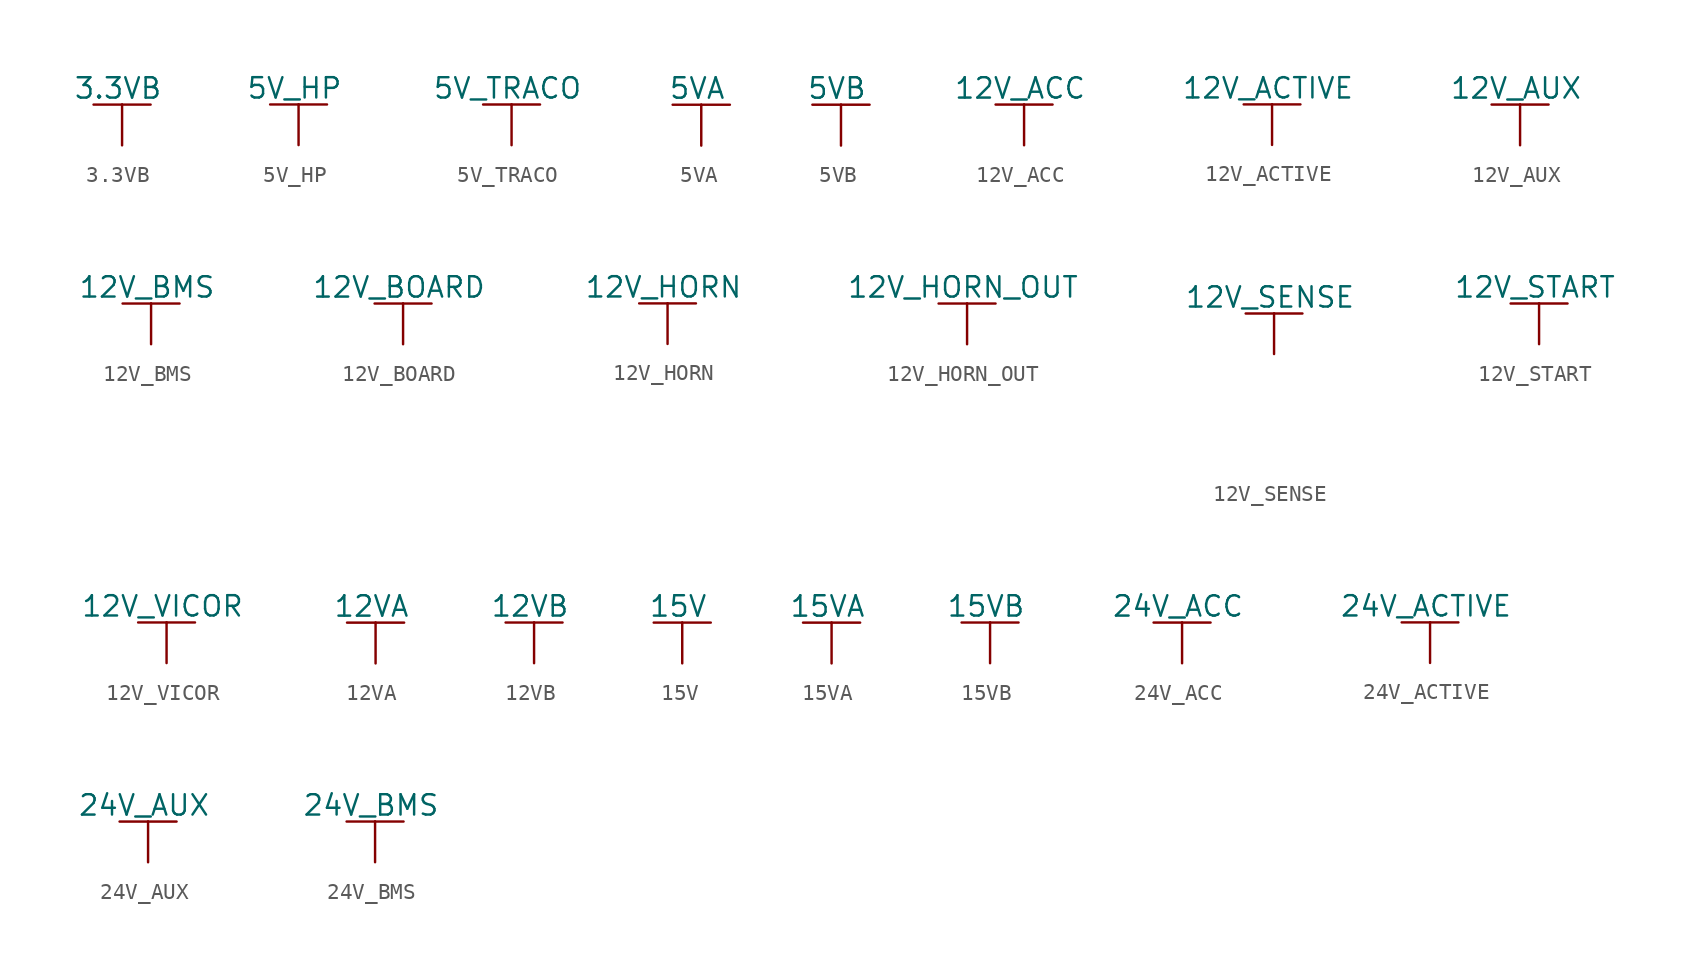
<source format=kicad_sym>
(kicad_symbol_lib
  (version 20220914)
  (generator kicad_symbol_editor)
  (symbol "3.3VB"
    (power)
    (pin_numbers hide)
    (pin_names
      (offset 0) hide)
    (property "Reference" "#PWR"
      (at 0 -3.81 0)
      (effects (font (size 1.27 1.27)) hide))
    (property "Value" "3.3VB"
      (at -0.254 3.556 0)
      (effects (font (size 1.27 1.27))))
    (property "Footprint" ""
      (at 0 0 0)
      (effects (font (size 1.524 1.524))))
    (property "Datasheet" ""
      (at 0 0 0)
      (effects (font (size 1.524 1.524))))
    (symbol "3.3VB_0_1"
      (polyline (pts (xy -1.778 2.54) (xy 0 2.54)) (stroke (width 0) (type default)) (fill (type none)))
      (polyline (pts (xy 0 0) (xy 0 2.54)) (stroke (width 0) (type default)) (fill (type none)))
      (polyline (pts (xy 0 2.54) (xy 1.778 2.54)) (stroke (width 0) (type default)) (fill (type none))))
    (symbol "3.3VB_1_1"
      (pin power_in line (at 0 0 90) (length 0) hide (name "3.3VB" (effects (font (size 1.27 1.27)))) (number "1" (effects (font (size 1.27 1.27)))))))
  (symbol "5V_HP"
    (power)
    (pin_numbers hide)
    (pin_names
      (offset 0) hide)
    (property "Reference" "#PWR"
      (at 0 -3.81 0)
      (effects (font (size 1.27 1.27)) hide))
    (property "Value" "5V_HP"
      (at -0.254 3.556 0)
      (effects (font (size 1.27 1.27))))
    (property "Footprint" ""
      (at 0 0 0)
      (effects (font (size 1.524 1.524))))
    (property "Datasheet" ""
      (at 0 0 0)
      (effects (font (size 1.524 1.524))))
    (symbol "5V_HP_0_1"
      (polyline (pts (xy -1.778 2.54) (xy 0 2.54)) (stroke (width 0) (type default)) (fill (type none)))
      (polyline (pts (xy 0 0) (xy 0 2.54)) (stroke (width 0) (type default)) (fill (type none)))
      (polyline (pts (xy 0 2.54) (xy 1.778 2.54)) (stroke (width 0) (type default)) (fill (type none))))
    (symbol "5V_HP_1_1"
      (pin power_in line (at 0 0 90) (length 0) hide (name "5V_HP" (effects (font (size 1.27 1.27)))) (number "1" (effects (font (size 1.27 1.27)))))))
  (symbol "5V_TRACO"
    (power)
    (pin_numbers hide)
    (pin_names
      (offset 0) hide)
    (property "Reference" "#PWR"
      (at 0 -3.81 0)
      (effects (font (size 1.27 1.27)) hide))
    (property "Value" "5V_TRACO"
      (at -0.254 3.556 0)
      (effects (font (size 1.27 1.27))))
    (property "Footprint" ""
      (at 0 0 0)
      (effects (font (size 1.524 1.524))))
    (property "Datasheet" ""
      (at 0 0 0)
      (effects (font (size 1.524 1.524))))
    (symbol "5V_TRACO_0_1"
      (polyline (pts (xy -1.778 2.54) (xy 0 2.54)) (stroke (width 0) (type default)) (fill (type none)))
      (polyline (pts (xy 0 0) (xy 0 2.54)) (stroke (width 0) (type default)) (fill (type none)))
      (polyline (pts (xy 0 2.54) (xy 1.778 2.54)) (stroke (width 0) (type default)) (fill (type none))))
    (symbol "5V_TRACO_1_1"
      (pin power_in line (at 0 0 90) (length 0) hide (name "5V_TRACO" (effects (font (size 1.27 1.27)))) (number "1" (effects (font (size 1.27 1.27)))))))
  (symbol "5VA"
    (power)
    (pin_numbers hide)
    (pin_names
      (offset 0) hide)
    (property "Reference" "#PWR"
      (at 0 -3.81 0)
      (effects (font (size 1.27 1.27)) hide))
    (property "Value" "5VA"
      (at -0.254 3.556 0)
      (effects (font (size 1.27 1.27))))
    (property "Footprint" ""
      (at 0 0 0)
      (effects (font (size 1.524 1.524))))
    (property "Datasheet" ""
      (at 0 0 0)
      (effects (font (size 1.524 1.524))))
    (symbol "5VA_0_1"
      (polyline (pts (xy -1.778 2.54) (xy 0 2.54)) (stroke (width 0) (type default)) (fill (type none)))
      (polyline (pts (xy 0 0) (xy 0 2.54)) (stroke (width 0) (type default)) (fill (type none)))
      (polyline (pts (xy 0 2.54) (xy 1.778 2.54)) (stroke (width 0) (type default)) (fill (type none))))
    (symbol "5VA_1_1"
      (pin power_in line (at 0 0 90) (length 0) hide (name "5VA" (effects (font (size 1.27 1.27)))) (number "1" (effects (font (size 1.27 1.27)))))))
  (symbol "5VB"
    (power)
    (pin_numbers hide)
    (pin_names
      (offset 0) hide)
    (property "Reference" "#PWR"
      (at 0 -3.81 0)
      (effects (font (size 1.27 1.27)) hide))
    (property "Value" "5VB"
      (at -0.254 3.556 0)
      (effects (font (size 1.27 1.27))))
    (property "Footprint" ""
      (at 0 0 0)
      (effects (font (size 1.524 1.524))))
    (property "Datasheet" ""
      (at 0 0 0)
      (effects (font (size 1.524 1.524))))
    (symbol "5VB_0_1"
      (polyline (pts (xy -1.778 2.54) (xy 0 2.54)) (stroke (width 0) (type default)) (fill (type none)))
      (polyline (pts (xy 0 0) (xy 0 2.54)) (stroke (width 0) (type default)) (fill (type none)))
      (polyline (pts (xy 0 2.54) (xy 1.778 2.54)) (stroke (width 0) (type default)) (fill (type none))))
    (symbol "5VB_1_1"
      (pin power_in line (at 0 0 90) (length 0) hide (name "5VB" (effects (font (size 1.27 1.27)))) (number "1" (effects (font (size 1.27 1.27)))))))
  (symbol "12V_ACC"
    (power)
    (pin_numbers hide)
    (pin_names
      (offset 0) hide)
    (property "Reference" "#PWR"
      (at 0 -3.81 0)
      (effects (font (size 1.27 1.27)) hide))
    (property "Value" "12V_ACC"
      (at -0.254 3.556 0)
      (effects (font (size 1.27 1.27))))
    (property "Footprint" ""
      (at 0 0 0)
      (effects (font (size 1.524 1.524))))
    (property "Datasheet" ""
      (at 0 0 0)
      (effects (font (size 1.524 1.524))))
    (symbol "12V_ACC_0_1"
      (polyline (pts (xy -1.778 2.54) (xy 0 2.54)) (stroke (width 0) (type default)) (fill (type none)))
      (polyline (pts (xy 0 0) (xy 0 2.54)) (stroke (width 0) (type default)) (fill (type none)))
      (polyline (pts (xy 0 2.54) (xy 1.778 2.54)) (stroke (width 0) (type default)) (fill (type none))))
    (symbol "12V_ACC_1_1"
      (pin power_in line (at 0 0 90) (length 0) hide (name "12V_ACC" (effects (font (size 1.27 1.27)))) (number "1" (effects (font (size 1.27 1.27)))))))
  (symbol "12V_ACTIVE"
    (power)
    (pin_numbers hide)
    (pin_names
      (offset 0) hide)
    (property "Reference" "#PWR"
      (at 0 -3.81 0)
      (effects (font (size 1.27 1.27)) hide))
    (property "Value" "12V_ACTIVE"
      (at -0.254 3.556 0)
      (effects (font (size 1.27 1.27))))
    (property "Footprint" ""
      (at 0 0 0)
      (effects (font (size 1.524 1.524))))
    (property "Datasheet" ""
      (at 0 0 0)
      (effects (font (size 1.524 1.524))))
    (symbol "12V_ACTIVE_0_1"
      (polyline (pts (xy -1.778 2.54) (xy 0 2.54)) (stroke (width 0) (type default)) (fill (type none)))
      (polyline (pts (xy 0 0) (xy 0 2.54)) (stroke (width 0) (type default)) (fill (type none)))
      (polyline (pts (xy 0 2.54) (xy 1.778 2.54)) (stroke (width 0) (type default)) (fill (type none))))
    (symbol "12V_ACTIVE_1_1"
      (pin power_in line (at 0 0 90) (length 0) hide (name "12V_ACTIVE" (effects (font (size 1.27 1.27)))) (number "1" (effects (font (size 1.27 1.27)))))))
  (symbol "12V_AUX"
    (power)
    (pin_numbers hide)
    (pin_names
      (offset 0) hide)
    (property "Reference" "#PWR"
      (at 0 -3.81 0)
      (effects (font (size 1.27 1.27)) hide))
    (property "Value" "12V_AUX"
      (at -0.254 3.556 0)
      (effects (font (size 1.27 1.27))))
    (property "Footprint" ""
      (at 0 0 0)
      (effects (font (size 1.524 1.524))))
    (property "Datasheet" ""
      (at 0 0 0)
      (effects (font (size 1.524 1.524))))
    (symbol "12V_AUX_0_1"
      (polyline (pts (xy -1.778 2.54) (xy 0 2.54)) (stroke (width 0) (type default)) (fill (type none)))
      (polyline (pts (xy 0 0) (xy 0 2.54)) (stroke (width 0) (type default)) (fill (type none)))
      (polyline (pts (xy 0 2.54) (xy 1.778 2.54)) (stroke (width 0) (type default)) (fill (type none))))
    (symbol "12V_AUX_1_1"
      (pin power_in line (at 0 0 90) (length 0) hide (name "12V_AUX" (effects (font (size 1.27 1.27)))) (number "1" (effects (font (size 1.27 1.27)))))))
  (symbol "12V_BMS"
    (power)
    (pin_numbers hide)
    (pin_names
      (offset 0) hide)
    (property "Reference" "#PWR"
      (at 0 -3.81 0)
      (effects (font (size 1.27 1.27)) hide))
    (property "Value" "12V_BMS"
      (at -0.254 3.556 0)
      (effects (font (size 1.27 1.27))))
    (property "Footprint" ""
      (at 0 0 0)
      (effects (font (size 1.524 1.524))))
    (property "Datasheet" ""
      (at 0 0 0)
      (effects (font (size 1.524 1.524))))
    (symbol "12V_BMS_0_1"
      (polyline (pts (xy -1.778 2.54) (xy 0 2.54)) (stroke (width 0) (type default)) (fill (type none)))
      (polyline (pts (xy 0 0) (xy 0 2.54)) (stroke (width 0) (type default)) (fill (type none)))
      (polyline (pts (xy 0 2.54) (xy 1.778 2.54)) (stroke (width 0) (type default)) (fill (type none))))
    (symbol "12V_BMS_1_1"
      (pin power_in line (at 0 0 90) (length 0) hide (name "12V_BMS" (effects (font (size 1.27 1.27)))) (number "1" (effects (font (size 1.27 1.27)))))))
  (symbol "12V_BOARD"
    (power)
    (pin_numbers hide)
    (pin_names
      (offset 0) hide)
    (property "Reference" "#PWR"
      (at 0 -3.81 0)
      (effects (font (size 1.27 1.27)) hide))
    (property "Value" "12V_BOARD"
      (at -0.254 3.556 0)
      (effects (font (size 1.27 1.27))))
    (property "Footprint" ""
      (at 0 0 0)
      (effects (font (size 1.524 1.524))))
    (property "Datasheet" ""
      (at 0 0 0)
      (effects (font (size 1.524 1.524))))
    (symbol "12V_BOARD_0_1"
      (polyline (pts (xy -1.778 2.54) (xy 0 2.54)) (stroke (width 0) (type default)) (fill (type none)))
      (polyline (pts (xy 0 0) (xy 0 2.54)) (stroke (width 0) (type default)) (fill (type none)))
      (polyline (pts (xy 0 2.54) (xy 1.778 2.54)) (stroke (width 0) (type default)) (fill (type none))))
    (symbol "12V_BOARD_1_1"
      (pin power_in line (at 0 0 90) (length 0) hide (name "12V_BOARD" (effects (font (size 1.27 1.27)))) (number "1" (effects (font (size 1.27 1.27)))))))
  (symbol "12V_HORN"
    (power)
    (pin_numbers hide)
    (pin_names
      (offset 0) hide)
    (property "Reference" "#PWR"
      (at 0 -3.81 0)
      (effects (font (size 1.27 1.27)) hide))
    (property "Value" "12V_HORN"
      (at -0.254 3.556 0)
      (effects (font (size 1.27 1.27))))
    (property "Footprint" ""
      (at 0 0 0)
      (effects (font (size 1.524 1.524))))
    (property "Datasheet" ""
      (at 0 0 0)
      (effects (font (size 1.524 1.524))))
    (symbol "12V_HORN_0_1"
      (polyline (pts (xy -1.778 2.54) (xy 0 2.54)) (stroke (width 0) (type default)) (fill (type none)))
      (polyline (pts (xy 0 0) (xy 0 2.54)) (stroke (width 0) (type default)) (fill (type none)))
      (polyline (pts (xy 0 2.54) (xy 1.778 2.54)) (stroke (width 0) (type default)) (fill (type none))))
    (symbol "12V_HORN_1_1"
      (pin power_in line (at 0 0 90) (length 0) hide (name "12V_HORN" (effects (font (size 1.27 1.27)))) (number "1" (effects (font (size 1.27 1.27)))))))
  (symbol "12V_HORN_OUT"
    (power)
    (pin_numbers hide)
    (pin_names
      (offset 0) hide)
    (property "Reference" "#PWR"
      (at 0 -3.81 0)
      (effects (font (size 1.27 1.27)) hide))
    (property "Value" "12V_HORN_OUT"
      (at -0.254 3.556 0)
      (effects (font (size 1.27 1.27))))
    (property "Footprint" ""
      (at 0 0 0)
      (effects (font (size 1.524 1.524))))
    (property "Datasheet" ""
      (at 0 0 0)
      (effects (font (size 1.524 1.524))))
    (symbol "12V_HORN_OUT_0_1"
      (polyline (pts (xy -1.778 2.54) (xy 0 2.54)) (stroke (width 0) (type default)) (fill (type none)))
      (polyline (pts (xy 0 0) (xy 0 2.54)) (stroke (width 0) (type default)) (fill (type none)))
      (polyline (pts (xy 0 2.54) (xy 1.778 2.54)) (stroke (width 0) (type default)) (fill (type none))))
    (symbol "12V_HORN_OUT_1_1"
      (pin power_in line (at 0 0 90) (length 0) hide (name "12V_HORN_OUT" (effects (font (size 1.27 1.27)))) (number "1" (effects (font (size 1.27 1.27)))))))
  (symbol "12V_SENSE"
    (power)
    (pin_numbers hide)
    (pin_names
      (offset 0) hide)
    (property "Reference" "#PWR"
      (at 0 -3.81 0)
      (effects (font (size 1.27 1.27)) hide))
    (property "Value" "12V_SENSE"
      (at -0.254 3.556 0)
      (effects (font (size 1.27 1.27))))
    (property "Footprint" ""
      (at -2.54 -6.35 0)
      (effects (font (size 1.524 1.524))))
    (property "Datasheet" ""
      (at 0 -3.81 0)
      (effects (font (size 1.524 1.524))))
    (symbol "12V_SENSE_0_1"
      (polyline (pts (xy -1.778 2.54) (xy 0 2.54)) (stroke (width 0) (type default)) (fill (type none)))
      (polyline (pts (xy 0 0) (xy 0 2.54)) (stroke (width 0) (type default)) (fill (type none)))
      (polyline (pts (xy 0 2.54) (xy 1.778 2.54)) (stroke (width 0) (type default)) (fill (type none))))
    (symbol "12V_SENSE_1_1"
      (pin power_in line (at 0 0 90) (length 0) hide (name "12V_SENSE" (effects (font (size 1.27 1.27)))) (number "1" (effects (font (size 1.27 1.27)))))))
  (symbol "12V_START"
    (power)
    (pin_numbers hide)
    (pin_names
      (offset 0) hide)
    (property "Reference" "PWR"
      (at 0 -3.81 0)
      (effects (font (size 1.27 1.27)) hide))
    (property "Value" "12V_START"
      (at -0.254 3.556 0)
      (effects (font (size 1.27 1.27))))
    (property "Footprint" ""
      (at 0 0 0)
      (effects (font (size 1.524 1.524))))
    (property "Datasheet" ""
      (at 0 0 0)
      (effects (font (size 1.524 1.524))))
    (symbol "12V_START_0_1"
      (polyline (pts (xy -1.778 2.54) (xy 0 2.54)) (stroke (width 0) (type default)) (fill (type none)))
      (polyline (pts (xy 0 0) (xy 0 2.54)) (stroke (width 0) (type default)) (fill (type none)))
      (polyline (pts (xy 0 2.54) (xy 1.778 2.54)) (stroke (width 0) (type default)) (fill (type none))))
    (symbol "12V_START_1_1"
      (pin power_in line (at 0 0 90) (length 0) hide (name "12V_START" (effects (font (size 1.27 1.27)))) (number "1" (effects (font (size 1.27 1.27)))))))
  (symbol "12V_VICOR"
    (power)
    (pin_numbers hide)
    (pin_names
      (offset 0) hide)
    (property "Reference" "#PWR"
      (at 0 -3.81 0)
      (effects (font (size 1.27 1.27)) hide))
    (property "Value" "12V_VICOR"
      (at -0.254 3.556 0)
      (effects (font (size 1.27 1.27))))
    (property "Footprint" ""
      (at 0 0 0)
      (effects (font (size 1.524 1.524))))
    (property "Datasheet" ""
      (at 0 0 0)
      (effects (font (size 1.524 1.524))))
    (symbol "12V_VICOR_0_1"
      (polyline (pts (xy -1.778 2.54) (xy 0 2.54)) (stroke (width 0) (type default)) (fill (type none)))
      (polyline (pts (xy 0 0) (xy 0 2.54)) (stroke (width 0) (type default)) (fill (type none)))
      (polyline (pts (xy 0 2.54) (xy 1.778 2.54)) (stroke (width 0) (type default)) (fill (type none))))
    (symbol "12V_VICOR_1_1"
      (pin power_in line (at 0 0 90) (length 0) hide (name "12V_VICOR" (effects (font (size 1.27 1.27)))) (number "1" (effects (font (size 1.27 1.27)))))))
  (symbol "12VA"
    (power)
    (pin_numbers hide)
    (pin_names
      (offset 0) hide)
    (property "Reference" "#PWR"
      (at 0 -3.81 0)
      (effects (font (size 1.27 1.27)) hide))
    (property "Value" "12VA"
      (at -0.254 3.556 0)
      (effects (font (size 1.27 1.27))))
    (property "Footprint" ""
      (at 0 0 0)
      (effects (font (size 1.524 1.524))))
    (property "Datasheet" ""
      (at 0 0 0)
      (effects (font (size 1.524 1.524))))
    (symbol "12VA_0_1"
      (polyline (pts (xy -1.778 2.54) (xy 0 2.54)) (stroke (width 0) (type default)) (fill (type none)))
      (polyline (pts (xy 0 0) (xy 0 2.54)) (stroke (width 0) (type default)) (fill (type none)))
      (polyline (pts (xy 0 2.54) (xy 1.778 2.54)) (stroke (width 0) (type default)) (fill (type none))))
    (symbol "12VA_1_1"
      (pin power_in line (at 0 0 90) (length 0) hide (name "12VA" (effects (font (size 1.27 1.27)))) (number "1" (effects (font (size 1.27 1.27)))))))
  (symbol "12VB"
    (power)
    (pin_numbers hide)
    (pin_names
      (offset 0) hide)
    (property "Reference" "#PWR"
      (at 0 -3.81 0)
      (effects (font (size 1.27 1.27)) hide))
    (property "Value" "12VB"
      (at -0.254 3.556 0)
      (effects (font (size 1.27 1.27))))
    (property "Footprint" ""
      (at 0 0 0)
      (effects (font (size 1.524 1.524))))
    (property "Datasheet" ""
      (at 0 0 0)
      (effects (font (size 1.524 1.524))))
    (symbol "12VB_0_1"
      (polyline (pts (xy -1.778 2.54) (xy 0 2.54)) (stroke (width 0) (type default)) (fill (type none)))
      (polyline (pts (xy 0 0) (xy 0 2.54)) (stroke (width 0) (type default)) (fill (type none)))
      (polyline (pts (xy 0 2.54) (xy 1.778 2.54)) (stroke (width 0) (type default)) (fill (type none))))
    (symbol "12VB_1_1"
      (pin power_in line (at 0 0 90) (length 0) hide (name "12VB" (effects (font (size 1.27 1.27)))) (number "1" (effects (font (size 1.27 1.27)))))))
  (symbol "15V"
    (power)
    (pin_numbers hide)
    (pin_names
      (offset 0) hide)
    (property "Reference" "#PWR"
      (at 0 -3.81 0)
      (effects (font (size 1.27 1.27)) hide))
    (property "Value" "15V"
      (at -0.254 3.556 0)
      (effects (font (size 1.27 1.27))))
    (property "Footprint" ""
      (at 0 0 0)
      (effects (font (size 1.524 1.524))))
    (property "Datasheet" ""
      (at 0 0 0)
      (effects (font (size 1.524 1.524))))
    (symbol "15V_0_1"
      (polyline (pts (xy -1.778 2.54) (xy 0 2.54)) (stroke (width 0) (type default)) (fill (type none)))
      (polyline (pts (xy 0 0) (xy 0 2.54)) (stroke (width 0) (type default)) (fill (type none)))
      (polyline (pts (xy 0 2.54) (xy 1.778 2.54)) (stroke (width 0) (type default)) (fill (type none))))
    (symbol "15V_1_1"
      (pin power_in line (at 0 0 90) (length 0) hide (name "15V" (effects (font (size 1.27 1.27)))) (number "1" (effects (font (size 1.27 1.27)))))))
  (symbol "15VA"
    (power)
    (pin_numbers hide)
    (pin_names
      (offset 0) hide)
    (property "Reference" "#PWR"
      (at 0 -3.81 0)
      (effects (font (size 1.27 1.27)) hide))
    (property "Value" "15VA"
      (at -0.254 3.556 0)
      (effects (font (size 1.27 1.27))))
    (property "Footprint" ""
      (at 0 0 0)
      (effects (font (size 1.524 1.524))))
    (property "Datasheet" ""
      (at 0 0 0)
      (effects (font (size 1.524 1.524))))
    (symbol "15VA_0_1"
      (polyline (pts (xy -1.778 2.54) (xy 0 2.54)) (stroke (width 0) (type default)) (fill (type none)))
      (polyline (pts (xy 0 0) (xy 0 2.54)) (stroke (width 0) (type default)) (fill (type none)))
      (polyline (pts (xy 0 2.54) (xy 1.778 2.54)) (stroke (width 0) (type default)) (fill (type none))))
    (symbol "15VA_1_1"
      (pin power_in line (at 0 0 90) (length 0) hide (name "15VA" (effects (font (size 1.27 1.27)))) (number "1" (effects (font (size 1.27 1.27)))))))
  (symbol "15VB"
    (power)
    (pin_numbers hide)
    (pin_names
      (offset 0) hide)
    (property "Reference" "#PWR"
      (at 0 -3.81 0)
      (effects (font (size 1.27 1.27)) hide))
    (property "Value" "15VB"
      (at -0.254 3.556 0)
      (effects (font (size 1.27 1.27))))
    (property "Footprint" ""
      (at 0 0 0)
      (effects (font (size 1.524 1.524))))
    (property "Datasheet" ""
      (at 0 0 0)
      (effects (font (size 1.524 1.524))))
    (symbol "15VB_0_1"
      (polyline (pts (xy -1.778 2.54) (xy 0 2.54)) (stroke (width 0) (type default)) (fill (type none)))
      (polyline (pts (xy 0 0) (xy 0 2.54)) (stroke (width 0) (type default)) (fill (type none)))
      (polyline (pts (xy 0 2.54) (xy 1.778 2.54)) (stroke (width 0) (type default)) (fill (type none))))
    (symbol "15VB_1_1"
      (pin power_in line (at 0 0 90) (length 0) hide (name "15VB" (effects (font (size 1.27 1.27)))) (number "1" (effects (font (size 1.27 1.27)))))))
  (symbol "24V_ACC"
    (power)
    (pin_numbers hide)
    (pin_names
      (offset 0) hide)
    (property "Reference" "#PWR"
      (at 0 -3.81 0)
      (effects (font (size 1.27 1.27)) hide))
    (property "Value" "24V_ACC"
      (at -0.254 3.556 0)
      (effects (font (size 1.27 1.27))))
    (property "Footprint" ""
      (at 0 0 0)
      (effects (font (size 1.524 1.524))))
    (property "Datasheet" ""
      (at 0 0 0)
      (effects (font (size 1.524 1.524))))
    (symbol "24V_ACC_0_1"
      (polyline (pts (xy -1.778 2.54) (xy 0 2.54)) (stroke (width 0) (type default)) (fill (type none)))
      (polyline (pts (xy 0 0) (xy 0 2.54)) (stroke (width 0) (type default)) (fill (type none)))
      (polyline (pts (xy 0 2.54) (xy 1.778 2.54)) (stroke (width 0) (type default)) (fill (type none))))
    (symbol "24V_ACC_1_1"
      (pin power_in line (at 0 0 90) (length 0) hide (name "12V_ACC" (effects (font (size 1.27 1.27)))) (number "1" (effects (font (size 1.27 1.27)))))))
  (symbol "24V_ACTIVE"
    (power)
    (pin_numbers hide)
    (pin_names
      (offset 0) hide)
    (property "Reference" "#PWR"
      (at 0 -3.81 0)
      (effects (font (size 1.27 1.27)) hide))
    (property "Value" "24V_ACTIVE"
      (at -0.254 3.556 0)
      (effects (font (size 1.27 1.27))))
    (property "Footprint" ""
      (at 0 0 0)
      (effects (font (size 1.524 1.524))))
    (property "Datasheet" ""
      (at 0 0 0)
      (effects (font (size 1.524 1.524))))
    (symbol "24V_ACTIVE_0_1"
      (polyline (pts (xy -1.778 2.54) (xy 0 2.54)) (stroke (width 0) (type default)) (fill (type none)))
      (polyline (pts (xy 0 0) (xy 0 2.54)) (stroke (width 0) (type default)) (fill (type none)))
      (polyline (pts (xy 0 2.54) (xy 1.778 2.54)) (stroke (width 0) (type default)) (fill (type none))))
    (symbol "24V_ACTIVE_1_1"
      (pin power_in line (at 0 0 90) (length 0) hide (name "24V_ACTIVE" (effects (font (size 1.27 1.27)))) (number "1" (effects (font (size 1.27 1.27)))))))
  (symbol "24V_AUX"
    (power)
    (pin_numbers hide)
    (pin_names
      (offset 0) hide)
    (property "Reference" "#PWR"
      (at 0 -3.81 0)
      (effects (font (size 1.27 1.27)) hide))
    (property "Value" "24V_AUX"
      (at -0.254 3.556 0)
      (effects (font (size 1.27 1.27))))
    (property "Footprint" ""
      (at 0 0 0)
      (effects (font (size 1.524 1.524))))
    (property "Datasheet" ""
      (at 0 0 0)
      (effects (font (size 1.524 1.524))))
    (symbol "24V_AUX_0_1"
      (polyline (pts (xy -1.778 2.54) (xy 0 2.54)) (stroke (width 0) (type default)) (fill (type none)))
      (polyline (pts (xy 0 0) (xy 0 2.54)) (stroke (width 0) (type default)) (fill (type none)))
      (polyline (pts (xy 0 2.54) (xy 1.778 2.54)) (stroke (width 0) (type default)) (fill (type none))))
    (symbol "24V_AUX_1_1"
      (pin power_in line (at 0 0 90) (length 0) hide (name "24V_AUX" (effects (font (size 1.27 1.27)))) (number "1" (effects (font (size 1.27 1.27)))))))
  (symbol "24V_BMS"
    (power)
    (pin_numbers hide)
    (pin_names
      (offset 0) hide)
    (property "Reference" "#PWR"
      (at 0 -3.81 0)
      (effects (font (size 1.27 1.27)) hide))
    (property "Value" "24V_BMS"
      (at -0.254 3.556 0)
      (effects (font (size 1.27 1.27))))
    (property "Footprint" ""
      (at 0 0 0)
      (effects (font (size 1.524 1.524))))
    (property "Datasheet" ""
      (at 0 0 0)
      (effects (font (size 1.524 1.524))))
    (symbol "24V_BMS_0_1"
      (polyline (pts (xy -1.778 2.54) (xy 0 2.54)) (stroke (width 0) (type default)) (fill (type none)))
      (polyline (pts (xy 0 0) (xy 0 2.54)) (stroke (width 0) (type default)) (fill (type none)))
      (polyline (pts (xy 0 2.54) (xy 1.778 2.54)) (stroke (width 0) (type default)) (fill (type none))))
    (symbol "24V_BMS_1_1"
      (pin power_in line (at 0 0 90) (length 0) hide (name "12V_BMS" (effects (font (size 1.27 1.27)))) (number "1" (effects (font (size 1.27 1.27))))))))
</source>
